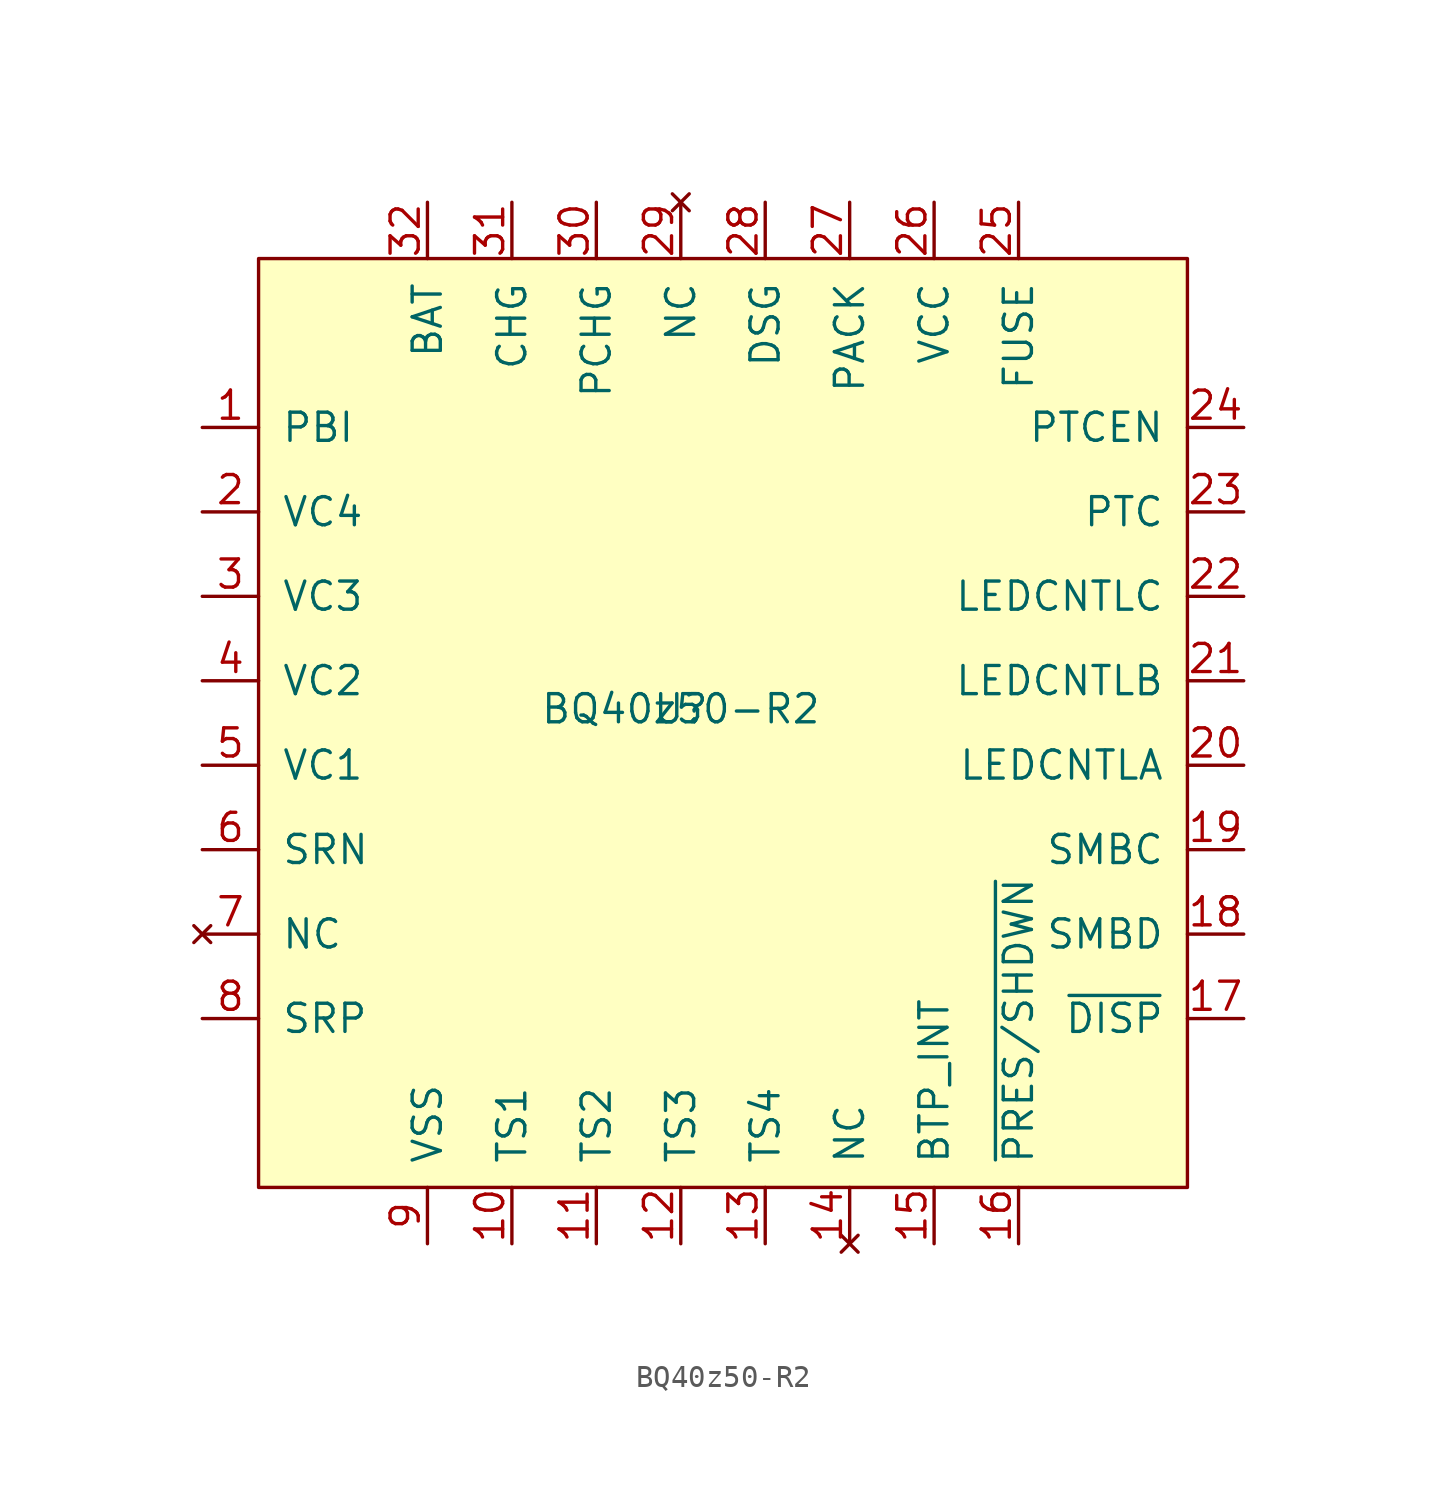
<source format=kicad_sym>
(kicad_symbol_lib
  (version 20211014)
  (generator kicad_symbol_editor)
  (symbol "BQ40z50-R2"
    (pin_names
      (offset 1.016))
    (property "Reference" "U"
      (at 0 0 0)
      (effects (font (size 1.27 1.27))))
    (property "Value" "BQ40z50-R2"
      (at 0 0 0)
      (effects (font (size 1.27 1.27))))
    (symbol "BQ40z50-R2_0_1"
      (rectangle (start -19.05 20.32) (end 22.86 -21.59) (stroke (width 0) (type default) (color 0 0 0 0)) (fill (type background))))
    (symbol "BQ40z50-R2_1_1"
      (pin power_in line (at -21.59 12.7 0) (length 2.54) (name "PBI" (effects (font (size 1.27 1.27)))) (number "1" (effects (font (size 1.27 1.27)))))
      (pin bidirectional line (at -7.62 -24.13 90) (length 2.54) (name "TS1" (effects (font (size 1.27 1.27)))) (number "10" (effects (font (size 1.27 1.27)))))
      (pin bidirectional line (at -3.81 -24.13 90) (length 2.54) (name "TS2" (effects (font (size 1.27 1.27)))) (number "11" (effects (font (size 1.27 1.27)))))
      (pin bidirectional line (at 0 -24.13 90) (length 2.54) (name "TS3" (effects (font (size 1.27 1.27)))) (number "12" (effects (font (size 1.27 1.27)))))
      (pin bidirectional line (at 3.81 -24.13 90) (length 2.54) (name "TS4" (effects (font (size 1.27 1.27)))) (number "13" (effects (font (size 1.27 1.27)))))
      (pin no_connect line (at 7.62 -24.13 90) (length 2.54) (name "NC" (effects (font (size 1.27 1.27)))) (number "14" (effects (font (size 1.27 1.27)))))
      (pin output line (at 11.43 -24.13 90) (length 2.54) (name "BTP_INT" (effects (font (size 1.27 1.27)))) (number "15" (effects (font (size 1.27 1.27)))))
      (pin input line (at 15.24 -24.13 90) (length 2.54) (name "~{PRES/SHDWN}" (effects (font (size 1.27 1.27)))) (number "16" (effects (font (size 1.27 1.27)))))
      (pin input line (at 25.4 -13.97 180) (length 2.54) (name "~{DISP}" (effects (font (size 1.27 1.27)))) (number "17" (effects (font (size 1.27 1.27)))))
      (pin open_collector line (at 25.4 -10.16 180) (length 2.54) (name "SMBD" (effects (font (size 1.27 1.27)))) (number "18" (effects (font (size 1.27 1.27)))))
      (pin open_collector line (at 25.4 -6.35 180) (length 2.54) (name "SMBC" (effects (font (size 1.27 1.27)))) (number "19" (effects (font (size 1.27 1.27)))))
      (pin bidirectional line (at -21.59 8.89 0) (length 2.54) (name "VC4" (effects (font (size 1.27 1.27)))) (number "2" (effects (font (size 1.27 1.27)))))
      (pin output line (at 25.4 -2.54 180) (length 2.54) (name "LEDCNTLA" (effects (font (size 1.27 1.27)))) (number "20" (effects (font (size 1.27 1.27)))))
      (pin output line (at 25.4 1.27 180) (length 2.54) (name "LEDCNTLB" (effects (font (size 1.27 1.27)))) (number "21" (effects (font (size 1.27 1.27)))))
      (pin output line (at 25.4 5.08 180) (length 2.54) (name "LEDCNTLC" (effects (font (size 1.27 1.27)))) (number "22" (effects (font (size 1.27 1.27)))))
      (pin bidirectional line (at 25.4 8.89 180) (length 2.54) (name "PTC" (effects (font (size 1.27 1.27)))) (number "23" (effects (font (size 1.27 1.27)))))
      (pin input line (at 25.4 12.7 180) (length 2.54) (name "PTCEN" (effects (font (size 1.27 1.27)))) (number "24" (effects (font (size 1.27 1.27)))))
      (pin output line (at 15.24 22.86 270) (length 2.54) (name "FUSE" (effects (font (size 1.27 1.27)))) (number "25" (effects (font (size 1.27 1.27)))))
      (pin power_in line (at 11.43 22.86 270) (length 2.54) (name "VCC" (effects (font (size 1.27 1.27)))) (number "26" (effects (font (size 1.27 1.27)))))
      (pin bidirectional line (at 7.62 22.86 270) (length 2.54) (name "PACK" (effects (font (size 1.27 1.27)))) (number "27" (effects (font (size 1.27 1.27)))))
      (pin output line (at 3.81 22.86 270) (length 2.54) (name "DSG" (effects (font (size 1.27 1.27)))) (number "28" (effects (font (size 1.27 1.27)))))
      (pin no_connect line (at 0 22.86 270) (length 2.54) (name "NC" (effects (font (size 1.27 1.27)))) (number "29" (effects (font (size 1.27 1.27)))))
      (pin bidirectional line (at -21.59 5.08 0) (length 2.54) (name "VC3" (effects (font (size 1.27 1.27)))) (number "3" (effects (font (size 1.27 1.27)))))
      (pin output line (at -3.81 22.86 270) (length 2.54) (name "PCHG" (effects (font (size 1.27 1.27)))) (number "30" (effects (font (size 1.27 1.27)))))
      (pin output line (at -7.62 22.86 270) (length 2.54) (name "CHG" (effects (font (size 1.27 1.27)))) (number "31" (effects (font (size 1.27 1.27)))))
      (pin power_in line (at -11.43 22.86 270) (length 2.54) (name "BAT" (effects (font (size 1.27 1.27)))) (number "32" (effects (font (size 1.27 1.27)))))
      (pin power_in line (at -11.43 -24.13 90) (length 2.54) hide (name "PWRPD" (effects (font (size 1.27 1.27)))) (number "33" (effects (font (size 1.27 1.27)))))
      (pin bidirectional line (at -21.59 1.27 0) (length 2.54) (name "VC2" (effects (font (size 1.27 1.27)))) (number "4" (effects (font (size 1.27 1.27)))))
      (pin bidirectional line (at -21.59 -2.54 0) (length 2.54) (name "VC1" (effects (font (size 1.27 1.27)))) (number "5" (effects (font (size 1.27 1.27)))))
      (pin input line (at -21.59 -6.35 0) (length 2.54) (name "SRN" (effects (font (size 1.27 1.27)))) (number "6" (effects (font (size 1.27 1.27)))))
      (pin no_connect line (at -21.59 -10.16 0) (length 2.54) (name "NC" (effects (font (size 1.27 1.27)))) (number "7" (effects (font (size 1.27 1.27)))))
      (pin input line (at -21.59 -13.97 0) (length 2.54) (name "SRP" (effects (font (size 1.27 1.27)))) (number "8" (effects (font (size 1.27 1.27)))))
      (pin power_in line (at -11.43 -24.13 90) (length 2.54) (name "VSS" (effects (font (size 1.27 1.27)))) (number "9" (effects (font (size 1.27 1.27))))))))
</source>
